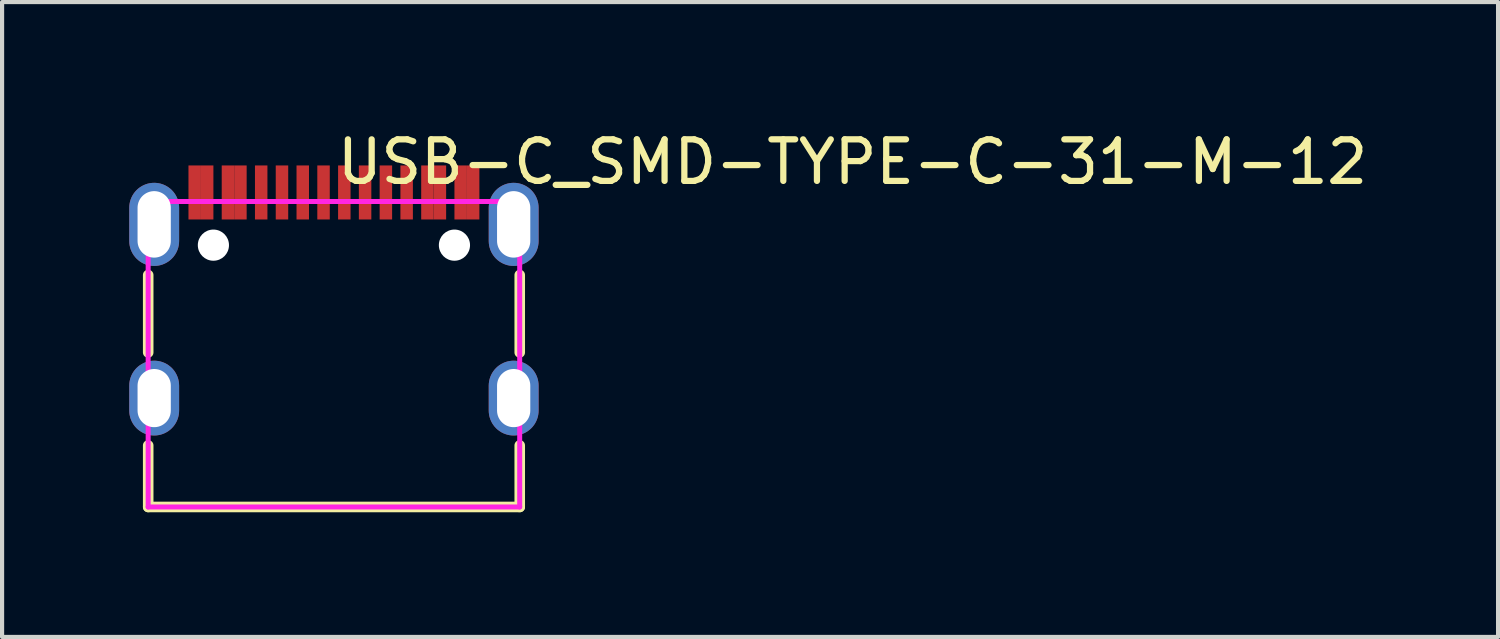
<source format=kicad_pcb>
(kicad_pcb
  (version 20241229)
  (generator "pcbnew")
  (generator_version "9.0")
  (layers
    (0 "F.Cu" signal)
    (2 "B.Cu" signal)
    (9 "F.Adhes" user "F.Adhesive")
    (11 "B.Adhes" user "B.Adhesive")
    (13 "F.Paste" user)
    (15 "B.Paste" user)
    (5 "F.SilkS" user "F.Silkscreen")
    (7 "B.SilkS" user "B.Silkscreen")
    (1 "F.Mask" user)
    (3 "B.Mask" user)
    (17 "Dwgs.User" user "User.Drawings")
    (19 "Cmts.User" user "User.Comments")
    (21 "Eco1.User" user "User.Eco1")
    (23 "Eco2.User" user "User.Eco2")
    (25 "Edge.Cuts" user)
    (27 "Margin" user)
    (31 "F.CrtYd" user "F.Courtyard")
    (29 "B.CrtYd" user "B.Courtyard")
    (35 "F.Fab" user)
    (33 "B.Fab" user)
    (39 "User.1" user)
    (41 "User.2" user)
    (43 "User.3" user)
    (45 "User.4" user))
  (footprint "USB-C_SMD-TYPE-C-31-M-12"
    (layer "F.Cu")
    (at 4.985 4.055)
    (property "Reference" "USB-C_SMD-TYPE-C-31-M-12" (at 0 -3.207 0) (layer "F.SilkS") (effects (font (size 1 1) (thickness 0.15)) (justify left)))
    (attr through_hole)
    (fp_line (start -4.469 1.376) (end -4.469 -0.487) (stroke (width 0.254) (type solid)) (layer "F.SilkS"))
    (fp_line (start -4.469 5.094) (end -4.469 3.613) (stroke (width 0.254) (type solid)) (layer "F.SilkS"))
    (fp_line (start 4.471 1.376) (end 4.471 -0.488) (stroke (width 0.254) (type solid)) (layer "F.SilkS"))
    (fp_line (start 4.471 5.094) (end -4.469 5.094) (stroke (width 0.254) (type solid)) (layer "F.SilkS"))
    (fp_line (start 4.471 5.094) (end 4.471 3.612) (stroke (width 0.254) (type solid)) (layer "F.SilkS"))
    (fp_poly (pts (xy -1.6 -1.824) (xy -1.6 -3.124) (xy -1.9 -3.124) (xy -1.9 -1.824)) (stroke (width 0.12) (type solid)) (fill yes) (layer "F.Paste"))
    (fp_poly (pts (xy -1.4 -3.124) (xy -1.4 -1.824) (xy -1.1 -1.824) (xy -1.1 -3.124)) (stroke (width 0.12) (type solid)) (fill yes) (layer "F.Paste"))
    (fp_poly (pts (xy -0.6 -1.824) (xy -0.6 -3.124) (xy -0.9 -3.124) (xy -0.9 -1.824)) (stroke (width 0.12) (type solid)) (fill yes) (layer "F.Paste"))
    (fp_poly (pts (xy -0.1 -1.824) (xy -0.1 -3.124) (xy -0.4 -3.124) (xy -0.4 -1.824)) (stroke (width 0.12) (type solid)) (fill yes) (layer "F.Paste"))
    (fp_poly (pts (xy 0.4 -1.824) (xy 0.4 -3.124) (xy 0.1 -3.124) (xy 0.1 -1.824)) (stroke (width 0.12) (type solid)) (fill yes) (layer "F.Paste"))
    (fp_poly (pts (xy 0.9 -1.824) (xy 0.9 -3.124) (xy 0.6 -3.124) (xy 0.6 -1.824)) (stroke (width 0.12) (type solid)) (fill yes) (layer "F.Paste"))
    (fp_poly (pts (xy 1.4 -1.824) (xy 1.4 -3.124) (xy 1.1 -3.124) (xy 1.1 -1.824)) (stroke (width 0.12) (type solid)) (fill yes) (layer "F.Paste"))
    (fp_poly (pts (xy 1.9 -1.824) (xy 1.9 -3.124) (xy 1.6 -3.124) (xy 1.6 -1.824)) (stroke (width 0.12) (type solid)) (fill yes) (layer "F.Paste"))
    (fp_poly (pts (xy -2.9 -1.824) (xy -2.9 -3.124) (xy -3.2 -3.124) (xy -3.5 -3.124) (xy -3.5 -1.824) (xy -3.2 -1.824)) (stroke (width 0.12) (type solid)) (fill yes) (layer "F.Paste"))
    (fp_poly (pts (xy -2.1 -1.824) (xy -2.1 -3.124) (xy -2.4 -3.124) (xy -2.7 -3.124) (xy -2.7 -1.824) (xy -2.4 -1.824)) (stroke (width 0.12) (type solid)) (fill yes) (layer "F.Paste"))
    (fp_poly (pts (xy 2.7 -1.824) (xy 2.7 -3.124) (xy 2.4 -3.124) (xy 2.1 -3.124) (xy 2.1 -1.824) (xy 2.4 -1.824)) (stroke (width 0.12) (type solid)) (fill yes) (layer "F.Paste"))
    (fp_poly (pts (xy 3.5 -1.824) (xy 3.5 -3.124) (xy 3.2 -3.124) (xy 2.9 -3.124) (xy 2.9 -1.824) (xy 3.2 -1.824)) (stroke (width 0.12) (type solid)) (fill yes) (layer "F.Paste"))
    (fp_poly (pts (xy -4.34 1.574) (xy -4.37 1.576) (xy -4.4 1.579) (xy -4.429 1.583) (xy -4.459 1.589) (xy -4.488 1.597) (xy -4.516 1.605) (xy -4.544 1.616) (xy -4.572 1.627) (xy -4.599 1.64) (xy -4.625 1.655) (xy -4.651 1.67) (xy -4.675 1.687) (xy -4.699 1.705) (xy -4.722 1.724) (xy -4.744 1.745) (xy -4.765 1.766) (xy -4.785 1.788) (xy -4.803 1.812) (xy -4.821 1.836) (xy -4.837 1.861) (xy -4.852 1.887) (xy -4.866 1.914) (xy -4.878 1.941) (xy -4.889 1.969) (xy -4.898 1.997) (xy -4.907 2.026) (xy -4.913 2.055) (xy -4.918 2.085) (xy -4.922 2.114) (xy -4.924 2.144) (xy -4.925 2.174) (xy -4.925 2.774) (xy -4.924 2.804) (xy -4.922 2.834) (xy -4.918 2.864) (xy -4.913 2.893) (xy -4.907 2.922) (xy -4.898 2.951) (xy -4.889 2.979) (xy -4.878 3.007) (xy -4.866 3.034) (xy -4.852 3.061) (xy -4.837 3.087) (xy -4.821 3.112) (xy -4.803 3.136) (xy -4.785 3.16) (xy -4.765 3.182) (xy -4.744 3.204) (xy -4.722 3.224) (xy -4.699 3.243) (xy -4.675 3.261) (xy -4.651 3.278) (xy -4.625 3.294) (xy -4.599 3.308) (xy -4.572 3.321) (xy -4.544 3.333) (xy -4.516 3.343) (xy -4.488 3.352) (xy -4.459 3.359) (xy -4.429 3.365) (xy -4.4 3.369) (xy -4.37 3.372) (xy -4.34 3.374) (xy -4.31 3.374) (xy -4.28 3.372) (xy -4.251 3.369) (xy -4.221 3.365) (xy -4.192 3.359) (xy -4.163 3.352) (xy -4.134 3.343) (xy -4.106 3.333) (xy -4.078 3.321) (xy -4.051 3.308) (xy -4.025 3.294) (xy -4 3.278) (xy -3.975 3.261) (xy -3.951 3.243) (xy -3.928 3.224) (xy -3.906 3.204) (xy -3.885 3.182) (xy -3.865 3.16) (xy -3.847 3.136) (xy -3.829 3.112) (xy -3.813 3.087) (xy -3.798 3.061) (xy -3.785 3.034) (xy -3.772 3.007) (xy -3.761 2.979) (xy -3.752 2.951) (xy -3.744 2.922) (xy -3.737 2.893) (xy -3.732 2.864) (xy -3.728 2.834) (xy -3.726 2.804) (xy -3.725 2.774) (xy -3.725 2.174) (xy -3.726 2.144) (xy -3.728 2.114) (xy -3.732 2.085) (xy -3.737 2.055) (xy -3.744 2.026) (xy -3.752 1.997) (xy -3.761 1.969) (xy -3.772 1.941) (xy -3.785 1.914) (xy -3.798 1.887) (xy -3.813 1.861) (xy -3.829 1.836) (xy -3.847 1.812) (xy -3.865 1.788) (xy -3.885 1.766) (xy -3.906 1.745) (xy -3.928 1.724) (xy -3.951 1.705) (xy -3.975 1.687) (xy -4 1.67) (xy -4.025 1.655) (xy -4.051 1.64) (xy -4.078 1.627) (xy -4.106 1.616) (xy -4.134 1.605) (xy -4.163 1.597) (xy -4.192 1.589) (xy -4.221 1.583) (xy -4.251 1.579) (xy -4.28 1.576) (xy -4.31 1.574)) (stroke (width 0.12) (type solid)) (fill yes) (layer "F.Paste"))
    (fp_poly (pts (xy -4.28 -2.704) (xy -4.31 -2.706) (xy -4.34 -2.706) (xy -4.37 -2.704) (xy -4.4 -2.701) (xy -4.429 -2.697) (xy -4.459 -2.691) (xy -4.488 -2.683) (xy -4.516 -2.675) (xy -4.544 -2.664) (xy -4.572 -2.653) (xy -4.599 -2.64) (xy -4.625 -2.625) (xy -4.651 -2.61) (xy -4.675 -2.593) (xy -4.699 -2.575) (xy -4.722 -2.556) (xy -4.744 -2.535) (xy -4.765 -2.514) (xy -4.785 -2.491) (xy -4.803 -2.468) (xy -4.821 -2.444) (xy -4.837 -2.419) (xy -4.852 -2.393) (xy -4.866 -2.366) (xy -4.878 -2.339) (xy -4.889 -2.311) (xy -4.898 -2.283) (xy -4.907 -2.254) (xy -4.913 -2.225) (xy -4.918 -2.195) (xy -4.922 -2.166) (xy -4.924 -2.136) (xy -4.925 -2.106) (xy -4.925 -1.306) (xy -4.924 -1.276) (xy -4.922 -1.246) (xy -4.918 -1.216) (xy -4.913 -1.187) (xy -4.907 -1.158) (xy -4.898 -1.129) (xy -4.889 -1.101) (xy -4.878 -1.073) (xy -4.866 -1.045) (xy -4.852 -1.019) (xy -4.837 -0.993) (xy -4.821 -0.968) (xy -4.803 -0.944) (xy -4.785 -0.92) (xy -4.765 -0.898) (xy -4.744 -0.876) (xy -4.722 -0.856) (xy -4.699 -0.837) (xy -4.675 -0.819) (xy -4.651 -0.802) (xy -4.625 -0.786) (xy -4.599 -0.772) (xy -4.572 -0.759) (xy -4.544 -0.747) (xy -4.516 -0.737) (xy -4.488 -0.728) (xy -4.459 -0.721) (xy -4.429 -0.715) (xy -4.4 -0.71) (xy -4.37 -0.707) (xy -4.34 -0.706) (xy -4.31 -0.706) (xy -4.28 -0.707) (xy -4.251 -0.71) (xy -4.221 -0.715) (xy -4.192 -0.721) (xy -4.163 -0.728) (xy -4.134 -0.737) (xy -4.106 -0.747) (xy -4.078 -0.759) (xy -4.051 -0.772) (xy -4.025 -0.786) (xy -4 -0.802) (xy -3.975 -0.819) (xy -3.951 -0.837) (xy -3.928 -0.856) (xy -3.906 -0.876) (xy -3.885 -0.898) (xy -3.865 -0.92) (xy -3.847 -0.944) (xy -3.829 -0.968) (xy -3.813 -0.993) (xy -3.798 -1.019) (xy -3.785 -1.045) (xy -3.772 -1.073) (xy -3.761 -1.101) (xy -3.752 -1.129) (xy -3.744 -1.158) (xy -3.737 -1.187) (xy -3.732 -1.216) (xy -3.728 -1.246) (xy -3.726 -1.276) (xy -3.725 -1.306) (xy -3.725 -2.106) (xy -3.726 -2.136) (xy -3.728 -2.166) (xy -3.732 -2.195) (xy -3.737 -2.225) (xy -3.744 -2.254) (xy -3.752 -2.283) (xy -3.761 -2.311) (xy -3.772 -2.339) (xy -3.785 -2.366) (xy -3.798 -2.393) (xy -3.813 -2.419) (xy -3.829 -2.444) (xy -3.847 -2.468) (xy -3.865 -2.491) (xy -3.885 -2.514) (xy -3.906 -2.535) (xy -3.928 -2.556) (xy -3.951 -2.575) (xy -3.975 -2.593) (xy -4 -2.61) (xy -4.025 -2.625) (xy -4.051 -2.64) (xy -4.078 -2.653) (xy -4.106 -2.664) (xy -4.134 -2.675) (xy -4.163 -2.683) (xy -4.192 -2.691) (xy -4.221 -2.697) (xy -4.251 -2.701)) (stroke (width 0.12) (type solid)) (fill yes) (layer "F.Paste"))
    (fp_poly (pts (xy 4.37 -2.704) (xy 4.34 -2.706) (xy 4.31 -2.706) (xy 4.28 -2.704) (xy 4.251 -2.701) (xy 4.221 -2.697) (xy 4.192 -2.691) (xy 4.163 -2.683) (xy 4.134 -2.675) (xy 4.106 -2.664) (xy 4.078 -2.653) (xy 4.051 -2.64) (xy 4.025 -2.625) (xy 4 -2.61) (xy 3.975 -2.593) (xy 3.951 -2.575) (xy 3.928 -2.556) (xy 3.906 -2.535) (xy 3.885 -2.514) (xy 3.865 -2.491) (xy 3.847 -2.468) (xy 3.829 -2.444) (xy 3.813 -2.419) (xy 3.798 -2.393) (xy 3.785 -2.366) (xy 3.772 -2.339) (xy 3.761 -2.311) (xy 3.752 -2.283) (xy 3.744 -2.254) (xy 3.737 -2.225) (xy 3.732 -2.195) (xy 3.728 -2.166) (xy 3.726 -2.136) (xy 3.725 -2.106) (xy 3.725 -1.306) (xy 3.726 -1.276) (xy 3.728 -1.246) (xy 3.732 -1.216) (xy 3.737 -1.187) (xy 3.744 -1.158) (xy 3.752 -1.129) (xy 3.761 -1.101) (xy 3.772 -1.073) (xy 3.785 -1.045) (xy 3.798 -1.019) (xy 3.813 -0.993) (xy 3.829 -0.968) (xy 3.847 -0.944) (xy 3.865 -0.92) (xy 3.885 -0.898) (xy 3.906 -0.876) (xy 3.928 -0.856) (xy 3.951 -0.837) (xy 3.975 -0.819) (xy 4 -0.802) (xy 4.025 -0.786) (xy 4.051 -0.772) (xy 4.078 -0.759) (xy 4.106 -0.747) (xy 4.134 -0.737) (xy 4.163 -0.728) (xy 4.192 -0.721) (xy 4.221 -0.715) (xy 4.251 -0.71) (xy 4.28 -0.707) (xy 4.31 -0.706) (xy 4.34 -0.706) (xy 4.37 -0.707) (xy 4.4 -0.71) (xy 4.429 -0.715) (xy 4.459 -0.721) (xy 4.488 -0.728) (xy 4.516 -0.737) (xy 4.544 -0.747) (xy 4.572 -0.759) (xy 4.599 -0.772) (xy 4.625 -0.786) (xy 4.651 -0.802) (xy 4.675 -0.819) (xy 4.699 -0.837) (xy 4.722 -0.856) (xy 4.744 -0.876) (xy 4.765 -0.898) (xy 4.785 -0.92) (xy 4.803 -0.944) (xy 4.821 -0.968) (xy 4.837 -0.993) (xy 4.852 -1.019) (xy 4.866 -1.045) (xy 4.878 -1.073) (xy 4.889 -1.101) (xy 4.898 -1.129) (xy 4.907 -1.158) (xy 4.913 -1.187) (xy 4.918 -1.216) (xy 4.922 -1.246) (xy 4.924 -1.276) (xy 4.925 -1.306) (xy 4.925 -2.106) (xy 4.924 -2.136) (xy 4.922 -2.166) (xy 4.918 -2.195) (xy 4.913 -2.225) (xy 4.907 -2.254) (xy 4.898 -2.283) (xy 4.889 -2.311) (xy 4.878 -2.339) (xy 4.866 -2.366) (xy 4.852 -2.393) (xy 4.837 -2.419) (xy 4.821 -2.444) (xy 4.803 -2.468) (xy 4.785 -2.491) (xy 4.765 -2.514) (xy 4.744 -2.535) (xy 4.722 -2.556) (xy 4.699 -2.575) (xy 4.675 -2.593) (xy 4.651 -2.61) (xy 4.625 -2.625) (xy 4.599 -2.64) (xy 4.572 -2.653) (xy 4.544 -2.664) (xy 4.516 -2.675) (xy 4.488 -2.683) (xy 4.459 -2.691) (xy 4.429 -2.697) (xy 4.4 -2.701)) (stroke (width 0.12) (type solid)) (fill yes) (layer "F.Paste"))
    (fp_poly (pts (xy 4.37 1.576) (xy 4.34 1.574) (xy 4.31 1.574) (xy 4.28 1.576) (xy 4.251 1.579) (xy 4.221 1.583) (xy 4.192 1.589) (xy 4.163 1.597) (xy 4.134 1.605) (xy 4.106 1.616) (xy 4.078 1.627) (xy 4.051 1.64) (xy 4.025 1.655) (xy 4 1.67) (xy 3.975 1.687) (xy 3.951 1.705) (xy 3.928 1.724) (xy 3.906 1.745) (xy 3.885 1.766) (xy 3.865 1.788) (xy 3.847 1.812) (xy 3.829 1.836) (xy 3.813 1.861) (xy 3.798 1.887) (xy 3.785 1.914) (xy 3.772 1.941) (xy 3.761 1.969) (xy 3.752 1.997) (xy 3.744 2.026) (xy 3.737 2.055) (xy 3.732 2.085) (xy 3.728 2.114) (xy 3.726 2.144) (xy 3.725 2.174) (xy 3.725 2.774) (xy 3.726 2.804) (xy 3.728 2.834) (xy 3.732 2.864) (xy 3.737 2.893) (xy 3.744 2.922) (xy 3.752 2.951) (xy 3.761 2.979) (xy 3.772 3.007) (xy 3.785 3.034) (xy 3.798 3.061) (xy 3.813 3.087) (xy 3.829 3.112) (xy 3.847 3.136) (xy 3.865 3.16) (xy 3.885 3.182) (xy 3.906 3.204) (xy 3.928 3.224) (xy 3.951 3.243) (xy 3.975 3.261) (xy 4 3.278) (xy 4.025 3.294) (xy 4.051 3.308) (xy 4.078 3.321) (xy 4.106 3.333) (xy 4.134 3.343) (xy 4.163 3.352) (xy 4.192 3.359) (xy 4.221 3.365) (xy 4.251 3.369) (xy 4.28 3.372) (xy 4.31 3.374) (xy 4.34 3.374) (xy 4.37 3.372) (xy 4.4 3.369) (xy 4.429 3.365) (xy 4.459 3.359) (xy 4.488 3.352) (xy 4.516 3.343) (xy 4.544 3.333) (xy 4.572 3.321) (xy 4.599 3.308) (xy 4.625 3.294) (xy 4.651 3.278) (xy 4.675 3.261) (xy 4.699 3.243) (xy 4.722 3.224) (xy 4.744 3.204) (xy 4.765 3.182) (xy 4.785 3.16) (xy 4.803 3.136) (xy 4.821 3.112) (xy 4.837 3.087) (xy 4.852 3.061) (xy 4.866 3.034) (xy 4.878 3.007) (xy 4.889 2.979) (xy 4.898 2.951) (xy 4.907 2.922) (xy 4.913 2.893) (xy 4.918 2.864) (xy 4.922 2.834) (xy 4.924 2.804) (xy 4.925 2.774) (xy 4.925 2.174) (xy 4.924 2.144) (xy 4.922 2.114) (xy 4.918 2.085) (xy 4.913 2.055) (xy 4.907 2.026) (xy 4.898 1.997) (xy 4.889 1.969) (xy 4.878 1.941) (xy 4.866 1.914) (xy 4.852 1.887) (xy 4.837 1.861) (xy 4.821 1.836) (xy 4.803 1.812) (xy 4.785 1.788) (xy 4.765 1.766) (xy 4.744 1.745) (xy 4.722 1.724) (xy 4.699 1.705) (xy 4.675 1.687) (xy 4.651 1.67) (xy 4.625 1.655) (xy 4.599 1.64) (xy 4.572 1.627) (xy 4.544 1.616) (xy 4.516 1.605) (xy 4.488 1.597) (xy 4.459 1.589) (xy 4.429 1.583) (xy 4.4 1.579)) (stroke (width 0.12) (type solid)) (fill yes) (layer "F.Paste"))
    (fp_circle (center -2.9 -1.206) (end -2.775 -1.206) (stroke (width 0.25) (type solid)) (fill no) (layer "Dwgs.User"))
    (fp_circle (center 2.9 -1.206) (end 3.025 -1.206) (stroke (width 0.25) (type solid)) (fill no) (layer "Dwgs.User"))
    (fp_circle (center -4.475 -2.756) (end -4.445 -2.756) (stroke (width 0.06) (type solid)) (fill no) (layer "Eco2.User"))
    (fp_poly (pts (xy -4.475 -2.256) (xy -4.175 -2.256) (xy -4.175 -1.156) (xy -4.475 -1.156)) (stroke (width 0.12) (type solid)) (fill no) (layer "Eco2.User"))
    (fp_poly (pts (xy -4.475 2.074) (xy -4.175 2.074) (xy -4.175 2.874) (xy -4.475 2.874)) (stroke (width 0.12) (type solid)) (fill no) (layer "Eco2.User"))
    (fp_poly (pts (xy -3.41 -2.756) (xy -3.21 -2.756) (xy -3.21 -2.056) (xy -3.41 -2.056)) (stroke (width 0.12) (type solid)) (fill no) (layer "Eco2.User"))
    (fp_poly (pts (xy -3.21 -2.756) (xy -3.01 -2.756) (xy -3.01 -2.056) (xy -3.21 -2.056)) (stroke (width 0.12) (type solid)) (fill no) (layer "Eco2.User"))
    (fp_poly (pts (xy -2.61 -2.756) (xy -2.41 -2.756) (xy -2.41 -2.056) (xy -2.61 -2.056)) (stroke (width 0.12) (type solid)) (fill no) (layer "Eco2.User"))
    (fp_poly (pts (xy -2.41 -2.756) (xy -2.21 -2.756) (xy -2.21 -2.056) (xy -2.41 -2.056)) (stroke (width 0.12) (type solid)) (fill no) (layer "Eco2.User"))
    (fp_poly (pts (xy -1.85 -2.756) (xy -1.65 -2.756) (xy -1.65 -2.056) (xy -1.85 -2.056)) (stroke (width 0.12) (type solid)) (fill no) (layer "Eco2.User"))
    (fp_poly (pts (xy -1.35 -2.756) (xy -1.15 -2.756) (xy -1.15 -2.056) (xy -1.35 -2.056)) (stroke (width 0.12) (type solid)) (fill no) (layer "Eco2.User"))
    (fp_poly (pts (xy -0.85 -2.756) (xy -0.65 -2.756) (xy -0.65 -2.056) (xy -0.85 -2.056)) (stroke (width 0.12) (type solid)) (fill no) (layer "Eco2.User"))
    (fp_poly (pts (xy -0.35 -2.756) (xy -0.15 -2.756) (xy -0.15 -2.056) (xy -0.35 -2.056)) (stroke (width 0.12) (type solid)) (fill no) (layer "Eco2.User"))
    (fp_poly (pts (xy 0.15 -2.756) (xy 0.35 -2.756) (xy 0.35 -2.056) (xy 0.15 -2.056)) (stroke (width 0.12) (type solid)) (fill no) (layer "Eco2.User"))
    (fp_poly (pts (xy 0.65 -2.756) (xy 0.85 -2.756) (xy 0.85 -2.056) (xy 0.65 -2.056)) (stroke (width 0.12) (type solid)) (fill no) (layer "Eco2.User"))
    (fp_poly (pts (xy 1.15 -2.756) (xy 1.35 -2.756) (xy 1.35 -2.056) (xy 1.15 -2.056)) (stroke (width 0.12) (type solid)) (fill no) (layer "Eco2.User"))
    (fp_poly (pts (xy 1.65 -2.756) (xy 1.85 -2.756) (xy 1.85 -2.056) (xy 1.65 -2.056)) (stroke (width 0.12) (type solid)) (fill no) (layer "Eco2.User"))
    (fp_poly (pts (xy 2.21 -2.756) (xy 2.41 -2.756) (xy 2.41 -2.056) (xy 2.21 -2.056)) (stroke (width 0.12) (type solid)) (fill no) (layer "Eco2.User"))
    (fp_poly (pts (xy 2.41 -2.756) (xy 2.61 -2.756) (xy 2.61 -2.056) (xy 2.41 -2.056)) (stroke (width 0.12) (type solid)) (fill no) (layer "Eco2.User"))
    (fp_poly (pts (xy 3.01 -2.756) (xy 3.21 -2.756) (xy 3.21 -2.056) (xy 3.01 -2.056)) (stroke (width 0.12) (type solid)) (fill no) (layer "Eco2.User"))
    (fp_poly (pts (xy 3.21 -2.756) (xy 3.41 -2.756) (xy 3.41 -2.056) (xy 3.21 -2.056)) (stroke (width 0.12) (type solid)) (fill no) (layer "Eco2.User"))
    (fp_poly (pts (xy 4.175 -2.256) (xy 4.475 -2.256) (xy 4.475 -1.156) (xy 4.175 -1.156)) (stroke (width 0.12) (type solid)) (fill no) (layer "Eco2.User"))
    (fp_poly (pts (xy 4.175 2.074) (xy 4.475 2.074) (xy 4.475 2.874) (xy 4.175 2.874)) (stroke (width 0.12) (type solid)) (fill no) (layer "Eco2.User"))
    (fp_line (start -4.47 -2.256) (end 4.47 -2.256) (stroke (width 0.12) (type solid)) (layer "F.CrtYd"))
    (fp_line (start -4.47 5.094) (end -4.47 -2.256) (stroke (width 0.12) (type solid)) (layer "F.CrtYd"))
    (fp_line (start 4.47 -2.256) (end 4.47 5.094) (stroke (width 0.12) (type solid)) (layer "F.CrtYd"))
    (fp_line (start 4.47 5.094) (end -4.47 5.094) (stroke (width 0.12) (type solid)) (layer "F.CrtYd"))
    (pad "" np_thru_hole circle (at -2.9 -1.206) (size 0.75 0.75) (drill 0.75) (layers "*.Cu" "*.Mask"))
    (pad "" np_thru_hole circle (at 2.9 -1.206) (size 0.75 0.75) (drill 0.75) (layers "*.Cu" "*.Mask"))
    (pad "0" thru_hole oval (at -4.325 -1.706) (size 1.2 2) (drill oval 0.8 1.6) (layers "*.Cu" "*.Mask"))
    (pad "1" thru_hole oval (at 4.325 -1.706) (size 1.2 2) (drill oval 0.8 1.6) (layers "*.Cu" "*.Mask"))
    (pad "2" thru_hole oval (at 4.325 2.474) (size 1.2 1.8) (drill oval 0.8 1.4) (layers "*.Cu" "*.Mask"))
    (pad "3" thru_hole oval (at -4.325 2.474) (size 1.2 1.8) (drill oval 0.8 1.4) (layers "*.Cu" "*.Mask"))
    (pad "A1" smd rect (at -3.35 -2.474) (size 0.3 1.3) (layers "F.Cu" "F.Mask" "F.Paste"))
    (pad "A4" smd rect (at -2.55 -2.474) (size 0.3 1.3) (layers "F.Cu" "F.Mask" "F.Paste"))
    (pad "A5" smd rect (at -1.25 -2.474) (size 0.3 1.3) (layers "F.Cu" "F.Mask" "F.Paste"))
    (pad "A6" smd rect (at -0.25 -2.474) (size 0.3 1.3) (layers "F.Cu" "F.Mask" "F.Paste"))
    (pad "A7" smd rect (at 0.25 -2.474) (size 0.3 1.3) (layers "F.Cu" "F.Mask" "F.Paste"))
    (pad "A8" smd rect (at 1.25 -2.474) (size 0.3 1.3) (layers "F.Cu" "F.Mask" "F.Paste"))
    (pad "A9" smd rect (at 2.55 -2.474) (size 0.3 1.3) (layers "F.Cu" "F.Mask" "F.Paste"))
    (pad "A12" smd rect (at 3.35 -2.474) (size 0.3 1.3) (layers "F.Cu" "F.Mask" "F.Paste"))
    (pad "B1" smd rect (at 3.05 -2.474) (size 0.3 1.3) (layers "F.Cu" "F.Mask" "F.Paste"))
    (pad "B4" smd rect (at 2.25 -2.474) (size 0.3 1.3) (layers "F.Cu" "F.Mask" "F.Paste"))
    (pad "B5" smd rect (at 1.75 -2.474) (size 0.3 1.3) (layers "F.Cu" "F.Mask" "F.Paste"))
    (pad "B6" smd rect (at 0.75 -2.474) (size 0.3 1.3) (layers "F.Cu" "F.Mask" "F.Paste"))
    (pad "B7" smd rect (at -0.75 -2.474) (size 0.3 1.3) (layers "F.Cu" "F.Mask" "F.Paste"))
    (pad "B8" smd rect (at -1.75 -2.474) (size 0.3 1.3) (layers "F.Cu" "F.Mask" "F.Paste"))
    (pad "B9" smd rect (at -2.25 -2.474) (size 0.3 1.3) (layers "F.Cu" "F.Mask" "F.Paste"))
    (pad "B12" smd rect (at -3.05 -2.474) (size 0.3 1.3) (layers "F.Cu" "F.Mask" "F.Paste")))
  (gr_rect
    (start -3 -3)
    (end 32.997 12.276)
    (stroke (width 0.1) (type default))
    (fill no)
    (layer "Edge.Cuts")))
</source>
